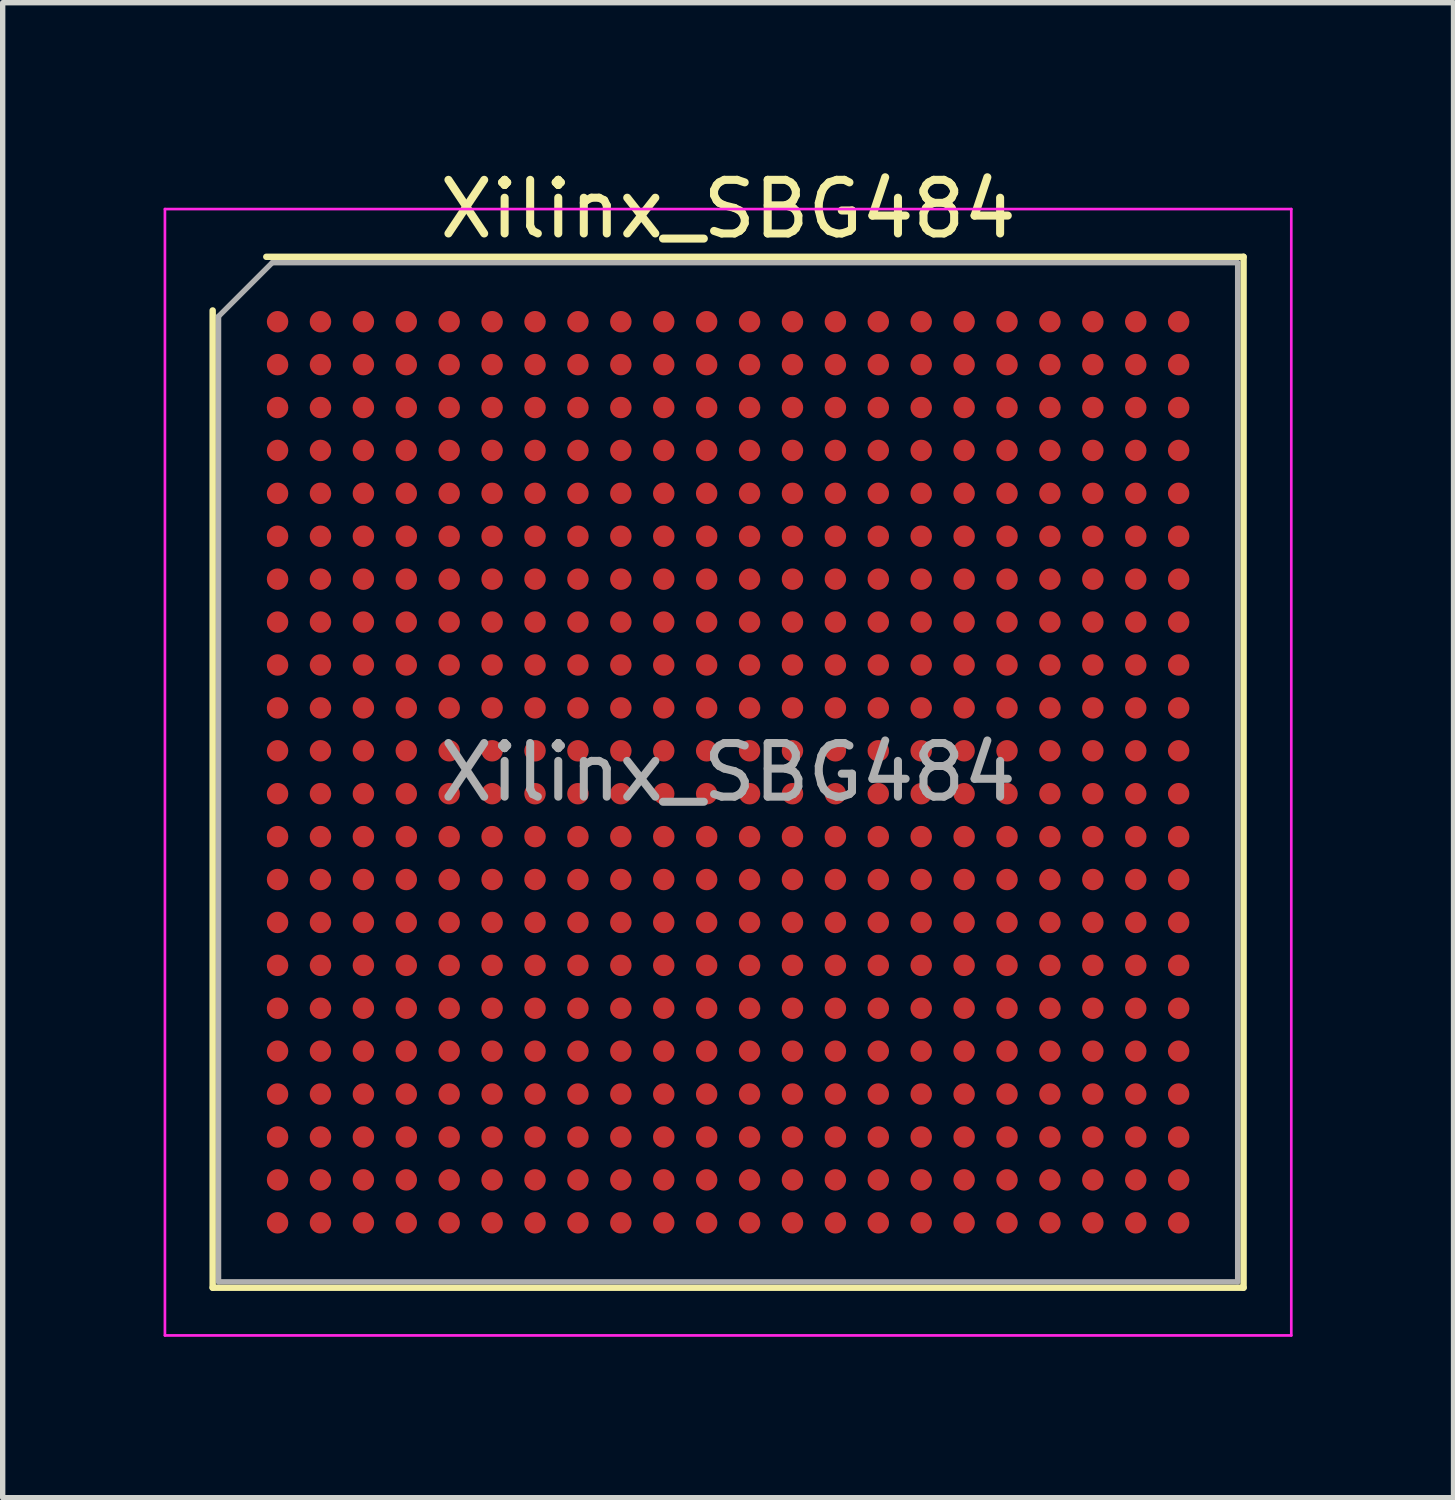
<source format=kicad_pcb>
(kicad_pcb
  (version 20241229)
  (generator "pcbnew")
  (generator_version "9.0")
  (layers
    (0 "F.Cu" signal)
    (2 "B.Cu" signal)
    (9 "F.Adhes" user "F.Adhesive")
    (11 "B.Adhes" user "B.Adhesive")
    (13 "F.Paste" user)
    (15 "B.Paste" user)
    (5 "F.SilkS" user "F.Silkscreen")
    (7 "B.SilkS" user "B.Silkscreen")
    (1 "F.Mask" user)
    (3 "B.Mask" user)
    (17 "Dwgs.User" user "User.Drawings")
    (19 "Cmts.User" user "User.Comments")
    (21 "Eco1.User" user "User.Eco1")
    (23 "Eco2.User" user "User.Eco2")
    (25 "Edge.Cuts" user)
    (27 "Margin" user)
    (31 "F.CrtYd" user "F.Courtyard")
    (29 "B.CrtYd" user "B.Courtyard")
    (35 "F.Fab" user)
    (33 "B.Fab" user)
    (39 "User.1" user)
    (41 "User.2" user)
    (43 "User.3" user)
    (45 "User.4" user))
  (footprint "Xilinx_SBG484"
    (layer "F.Cu")
    (at 10.525 11.348)
    (property "Reference" "Xilinx_SBG484" (at 0 -10.5 0) (layer "F.SilkS") (effects (font (size 1 1) (thickness 0.15))))
    (attr smd)
    (fp_line (start -9.61 9.61) (end -9.61 -8.61) (stroke (width 0.12) (type solid)) (layer "F.SilkS"))
    (fp_line (start -8.61 -9.61) (end 9.61 -9.61) (stroke (width 0.12) (type solid)) (layer "F.SilkS"))
    (fp_line (start 9.61 -9.61) (end 9.61 9.61) (stroke (width 0.12) (type solid)) (layer "F.SilkS"))
    (fp_line (start 9.61 9.61) (end -9.61 9.61) (stroke (width 0.12) (type solid)) (layer "F.SilkS"))
    (fp_line (start -10.5 -10.5) (end -10.5 10.5) (stroke (width 0.05) (type solid)) (layer "F.CrtYd"))
    (fp_line (start -10.5 10.5) (end 10.5 10.5) (stroke (width 0.05) (type solid)) (layer "F.CrtYd"))
    (fp_line (start 10.5 -10.5) (end -10.5 -10.5) (stroke (width 0.05) (type solid)) (layer "F.CrtYd"))
    (fp_line (start 10.5 10.5) (end 10.5 -10.5) (stroke (width 0.05) (type solid)) (layer "F.CrtYd"))
    (fp_line (start -9.5 -8.5) (end -8.5 -9.5) (stroke (width 0.1) (type solid)) (layer "F.Fab"))
    (fp_line (start -9.5 9.5) (end -9.5 -8.5) (stroke (width 0.1) (type solid)) (layer "F.Fab"))
    (fp_line (start -8.5 -9.5) (end 9.5 -9.5) (stroke (width 0.1) (type solid)) (layer "F.Fab"))
    (fp_line (start 9.5 -9.5) (end 9.5 9.5) (stroke (width 0.1) (type solid)) (layer "F.Fab"))
    (fp_line (start 9.5 9.5) (end -9.5 9.5) (stroke (width 0.1) (type solid)) (layer "F.Fab"))
    (fp_text user "${REFERENCE}" (at 0 0 0) (layer "F.Fab") (effects (font (size 1 1) (thickness 0.15))))
    (pad "A1" smd circle (at -8.4 -8.4) (size 0.4 0.4) (layers "F.Cu" "F.Mask" "F.Paste"))
    (pad "A2" smd circle (at -7.6 -8.4) (size 0.4 0.4) (layers "F.Cu" "F.Mask" "F.Paste"))
    (pad "A3" smd circle (at -6.8 -8.4) (size 0.4 0.4) (layers "F.Cu" "F.Mask" "F.Paste"))
    (pad "A4" smd circle (at -6 -8.4) (size 0.4 0.4) (layers "F.Cu" "F.Mask" "F.Paste"))
    (pad "A5" smd circle (at -5.2 -8.4) (size 0.4 0.4) (layers "F.Cu" "F.Mask" "F.Paste"))
    (pad "A6" smd circle (at -4.4 -8.4) (size 0.4 0.4) (layers "F.Cu" "F.Mask" "F.Paste"))
    (pad "A7" smd circle (at -3.6 -8.4) (size 0.4 0.4) (layers "F.Cu" "F.Mask" "F.Paste"))
    (pad "A8" smd circle (at -2.8 -8.4) (size 0.4 0.4) (layers "F.Cu" "F.Mask" "F.Paste"))
    (pad "A9" smd circle (at -2 -8.4) (size 0.4 0.4) (layers "F.Cu" "F.Mask" "F.Paste"))
    (pad "A10" smd circle (at -1.2 -8.4) (size 0.4 0.4) (layers "F.Cu" "F.Mask" "F.Paste"))
    (pad "A11" smd circle (at -0.4 -8.4) (size 0.4 0.4) (layers "F.Cu" "F.Mask" "F.Paste"))
    (pad "A12" smd circle (at 0.4 -8.4) (size 0.4 0.4) (layers "F.Cu" "F.Mask" "F.Paste"))
    (pad "A13" smd circle (at 1.2 -8.4) (size 0.4 0.4) (layers "F.Cu" "F.Mask" "F.Paste"))
    (pad "A14" smd circle (at 2 -8.4) (size 0.4 0.4) (layers "F.Cu" "F.Mask" "F.Paste"))
    (pad "A15" smd circle (at 2.8 -8.4) (size 0.4 0.4) (layers "F.Cu" "F.Mask" "F.Paste"))
    (pad "A16" smd circle (at 3.6 -8.4) (size 0.4 0.4) (layers "F.Cu" "F.Mask" "F.Paste"))
    (pad "A17" smd circle (at 4.4 -8.4) (size 0.4 0.4) (layers "F.Cu" "F.Mask" "F.Paste"))
    (pad "A18" smd circle (at 5.2 -8.4) (size 0.4 0.4) (layers "F.Cu" "F.Mask" "F.Paste"))
    (pad "A19" smd circle (at 6 -8.4) (size 0.4 0.4) (layers "F.Cu" "F.Mask" "F.Paste"))
    (pad "A20" smd circle (at 6.8 -8.4) (size 0.4 0.4) (layers "F.Cu" "F.Mask" "F.Paste"))
    (pad "A21" smd circle (at 7.6 -8.4) (size 0.4 0.4) (layers "F.Cu" "F.Mask" "F.Paste"))
    (pad "A22" smd circle (at 8.4 -8.4) (size 0.4 0.4) (layers "F.Cu" "F.Mask" "F.Paste"))
    (pad "AA1" smd circle (at -8.4 7.6) (size 0.4 0.4) (layers "F.Cu" "F.Mask" "F.Paste"))
    (pad "AA2" smd circle (at -7.6 7.6) (size 0.4 0.4) (layers "F.Cu" "F.Mask" "F.Paste"))
    (pad "AA3" smd circle (at -6.8 7.6) (size 0.4 0.4) (layers "F.Cu" "F.Mask" "F.Paste"))
    (pad "AA4" smd circle (at -6 7.6) (size 0.4 0.4) (layers "F.Cu" "F.Mask" "F.Paste"))
    (pad "AA5" smd circle (at -5.2 7.6) (size 0.4 0.4) (layers "F.Cu" "F.Mask" "F.Paste"))
    (pad "AA6" smd circle (at -4.4 7.6) (size 0.4 0.4) (layers "F.Cu" "F.Mask" "F.Paste"))
    (pad "AA7" smd circle (at -3.6 7.6) (size 0.4 0.4) (layers "F.Cu" "F.Mask" "F.Paste"))
    (pad "AA8" smd circle (at -2.8 7.6) (size 0.4 0.4) (layers "F.Cu" "F.Mask" "F.Paste"))
    (pad "AA9" smd circle (at -2 7.6) (size 0.4 0.4) (layers "F.Cu" "F.Mask" "F.Paste"))
    (pad "AA10" smd circle (at -1.2 7.6) (size 0.4 0.4) (layers "F.Cu" "F.Mask" "F.Paste"))
    (pad "AA11" smd circle (at -0.4 7.6) (size 0.4 0.4) (layers "F.Cu" "F.Mask" "F.Paste"))
    (pad "AA12" smd circle (at 0.4 7.6) (size 0.4 0.4) (layers "F.Cu" "F.Mask" "F.Paste"))
    (pad "AA13" smd circle (at 1.2 7.6) (size 0.4 0.4) (layers "F.Cu" "F.Mask" "F.Paste"))
    (pad "AA14" smd circle (at 2 7.6) (size 0.4 0.4) (layers "F.Cu" "F.Mask" "F.Paste"))
    (pad "AA15" smd circle (at 2.8 7.6) (size 0.4 0.4) (layers "F.Cu" "F.Mask" "F.Paste"))
    (pad "AA16" smd circle (at 3.6 7.6) (size 0.4 0.4) (layers "F.Cu" "F.Mask" "F.Paste"))
    (pad "AA17" smd circle (at 4.4 7.6) (size 0.4 0.4) (layers "F.Cu" "F.Mask" "F.Paste"))
    (pad "AA18" smd circle (at 5.2 7.6) (size 0.4 0.4) (layers "F.Cu" "F.Mask" "F.Paste"))
    (pad "AA19" smd circle (at 6 7.6) (size 0.4 0.4) (layers "F.Cu" "F.Mask" "F.Paste"))
    (pad "AA20" smd circle (at 6.8 7.6) (size 0.4 0.4) (layers "F.Cu" "F.Mask" "F.Paste"))
    (pad "AA21" smd circle (at 7.6 7.6) (size 0.4 0.4) (layers "F.Cu" "F.Mask" "F.Paste"))
    (pad "AA22" smd circle (at 8.4 7.6) (size 0.4 0.4) (layers "F.Cu" "F.Mask" "F.Paste"))
    (pad "AB1" smd circle (at -8.4 8.4) (size 0.4 0.4) (layers "F.Cu" "F.Mask" "F.Paste"))
    (pad "AB2" smd circle (at -7.6 8.4) (size 0.4 0.4) (layers "F.Cu" "F.Mask" "F.Paste"))
    (pad "AB3" smd circle (at -6.8 8.4) (size 0.4 0.4) (layers "F.Cu" "F.Mask" "F.Paste"))
    (pad "AB4" smd circle (at -6 8.4) (size 0.4 0.4) (layers "F.Cu" "F.Mask" "F.Paste"))
    (pad "AB5" smd circle (at -5.2 8.4) (size 0.4 0.4) (layers "F.Cu" "F.Mask" "F.Paste"))
    (pad "AB6" smd circle (at -4.4 8.4) (size 0.4 0.4) (layers "F.Cu" "F.Mask" "F.Paste"))
    (pad "AB7" smd circle (at -3.6 8.4) (size 0.4 0.4) (layers "F.Cu" "F.Mask" "F.Paste"))
    (pad "AB8" smd circle (at -2.8 8.4) (size 0.4 0.4) (layers "F.Cu" "F.Mask" "F.Paste"))
    (pad "AB9" smd circle (at -2 8.4) (size 0.4 0.4) (layers "F.Cu" "F.Mask" "F.Paste"))
    (pad "AB10" smd circle (at -1.2 8.4) (size 0.4 0.4) (layers "F.Cu" "F.Mask" "F.Paste"))
    (pad "AB11" smd circle (at -0.4 8.4) (size 0.4 0.4) (layers "F.Cu" "F.Mask" "F.Paste"))
    (pad "AB12" smd circle (at 0.4 8.4) (size 0.4 0.4) (layers "F.Cu" "F.Mask" "F.Paste"))
    (pad "AB13" smd circle (at 1.2 8.4) (size 0.4 0.4) (layers "F.Cu" "F.Mask" "F.Paste"))
    (pad "AB14" smd circle (at 2 8.4) (size 0.4 0.4) (layers "F.Cu" "F.Mask" "F.Paste"))
    (pad "AB15" smd circle (at 2.8 8.4) (size 0.4 0.4) (layers "F.Cu" "F.Mask" "F.Paste"))
    (pad "AB16" smd circle (at 3.6 8.4) (size 0.4 0.4) (layers "F.Cu" "F.Mask" "F.Paste"))
    (pad "AB17" smd circle (at 4.4 8.4) (size 0.4 0.4) (layers "F.Cu" "F.Mask" "F.Paste"))
    (pad "AB18" smd circle (at 5.2 8.4) (size 0.4 0.4) (layers "F.Cu" "F.Mask" "F.Paste"))
    (pad "AB19" smd circle (at 6 8.4) (size 0.4 0.4) (layers "F.Cu" "F.Mask" "F.Paste"))
    (pad "AB20" smd circle (at 6.8 8.4) (size 0.4 0.4) (layers "F.Cu" "F.Mask" "F.Paste"))
    (pad "AB21" smd circle (at 7.6 8.4) (size 0.4 0.4) (layers "F.Cu" "F.Mask" "F.Paste"))
    (pad "AB22" smd circle (at 8.4 8.4) (size 0.4 0.4) (layers "F.Cu" "F.Mask" "F.Paste"))
    (pad "B1" smd circle (at -8.4 -7.6) (size 0.4 0.4) (layers "F.Cu" "F.Mask" "F.Paste"))
    (pad "B2" smd circle (at -7.6 -7.6) (size 0.4 0.4) (layers "F.Cu" "F.Mask" "F.Paste"))
    (pad "B3" smd circle (at -6.8 -7.6) (size 0.4 0.4) (layers "F.Cu" "F.Mask" "F.Paste"))
    (pad "B4" smd circle (at -6 -7.6) (size 0.4 0.4) (layers "F.Cu" "F.Mask" "F.Paste"))
    (pad "B5" smd circle (at -5.2 -7.6) (size 0.4 0.4) (layers "F.Cu" "F.Mask" "F.Paste"))
    (pad "B6" smd circle (at -4.4 -7.6) (size 0.4 0.4) (layers "F.Cu" "F.Mask" "F.Paste"))
    (pad "B7" smd circle (at -3.6 -7.6) (size 0.4 0.4) (layers "F.Cu" "F.Mask" "F.Paste"))
    (pad "B8" smd circle (at -2.8 -7.6) (size 0.4 0.4) (layers "F.Cu" "F.Mask" "F.Paste"))
    (pad "B9" smd circle (at -2 -7.6) (size 0.4 0.4) (layers "F.Cu" "F.Mask" "F.Paste"))
    (pad "B10" smd circle (at -1.2 -7.6) (size 0.4 0.4) (layers "F.Cu" "F.Mask" "F.Paste"))
    (pad "B11" smd circle (at -0.4 -7.6) (size 0.4 0.4) (layers "F.Cu" "F.Mask" "F.Paste"))
    (pad "B12" smd circle (at 0.4 -7.6) (size 0.4 0.4) (layers "F.Cu" "F.Mask" "F.Paste"))
    (pad "B13" smd circle (at 1.2 -7.6) (size 0.4 0.4) (layers "F.Cu" "F.Mask" "F.Paste"))
    (pad "B14" smd circle (at 2 -7.6) (size 0.4 0.4) (layers "F.Cu" "F.Mask" "F.Paste"))
    (pad "B15" smd circle (at 2.8 -7.6) (size 0.4 0.4) (layers "F.Cu" "F.Mask" "F.Paste"))
    (pad "B16" smd circle (at 3.6 -7.6) (size 0.4 0.4) (layers "F.Cu" "F.Mask" "F.Paste"))
    (pad "B17" smd circle (at 4.4 -7.6) (size 0.4 0.4) (layers "F.Cu" "F.Mask" "F.Paste"))
    (pad "B18" smd circle (at 5.2 -7.6) (size 0.4 0.4) (layers "F.Cu" "F.Mask" "F.Paste"))
    (pad "B19" smd circle (at 6 -7.6) (size 0.4 0.4) (layers "F.Cu" "F.Mask" "F.Paste"))
    (pad "B20" smd circle (at 6.8 -7.6) (size 0.4 0.4) (layers "F.Cu" "F.Mask" "F.Paste"))
    (pad "B21" smd circle (at 7.6 -7.6) (size 0.4 0.4) (layers "F.Cu" "F.Mask" "F.Paste"))
    (pad "B22" smd circle (at 8.4 -7.6) (size 0.4 0.4) (layers "F.Cu" "F.Mask" "F.Paste"))
    (pad "C1" smd circle (at -8.4 -6.8) (size 0.4 0.4) (layers "F.Cu" "F.Mask" "F.Paste"))
    (pad "C2" smd circle (at -7.6 -6.8) (size 0.4 0.4) (layers "F.Cu" "F.Mask" "F.Paste"))
    (pad "C3" smd circle (at -6.8 -6.8) (size 0.4 0.4) (layers "F.Cu" "F.Mask" "F.Paste"))
    (pad "C4" smd circle (at -6 -6.8) (size 0.4 0.4) (layers "F.Cu" "F.Mask" "F.Paste"))
    (pad "C5" smd circle (at -5.2 -6.8) (size 0.4 0.4) (layers "F.Cu" "F.Mask" "F.Paste"))
    (pad "C6" smd circle (at -4.4 -6.8) (size 0.4 0.4) (layers "F.Cu" "F.Mask" "F.Paste"))
    (pad "C7" smd circle (at -3.6 -6.8) (size 0.4 0.4) (layers "F.Cu" "F.Mask" "F.Paste"))
    (pad "C8" smd circle (at -2.8 -6.8) (size 0.4 0.4) (layers "F.Cu" "F.Mask" "F.Paste"))
    (pad "C9" smd circle (at -2 -6.8) (size 0.4 0.4) (layers "F.Cu" "F.Mask" "F.Paste"))
    (pad "C10" smd circle (at -1.2 -6.8) (size 0.4 0.4) (layers "F.Cu" "F.Mask" "F.Paste"))
    (pad "C11" smd circle (at -0.4 -6.8) (size 0.4 0.4) (layers "F.Cu" "F.Mask" "F.Paste"))
    (pad "C12" smd circle (at 0.4 -6.8) (size 0.4 0.4) (layers "F.Cu" "F.Mask" "F.Paste"))
    (pad "C13" smd circle (at 1.2 -6.8) (size 0.4 0.4) (layers "F.Cu" "F.Mask" "F.Paste"))
    (pad "C14" smd circle (at 2 -6.8) (size 0.4 0.4) (layers "F.Cu" "F.Mask" "F.Paste"))
    (pad "C15" smd circle (at 2.8 -6.8) (size 0.4 0.4) (layers "F.Cu" "F.Mask" "F.Paste"))
    (pad "C16" smd circle (at 3.6 -6.8) (size 0.4 0.4) (layers "F.Cu" "F.Mask" "F.Paste"))
    (pad "C17" smd circle (at 4.4 -6.8) (size 0.4 0.4) (layers "F.Cu" "F.Mask" "F.Paste"))
    (pad "C18" smd circle (at 5.2 -6.8) (size 0.4 0.4) (layers "F.Cu" "F.Mask" "F.Paste"))
    (pad "C19" smd circle (at 6 -6.8) (size 0.4 0.4) (layers "F.Cu" "F.Mask" "F.Paste"))
    (pad "C20" smd circle (at 6.8 -6.8) (size 0.4 0.4) (layers "F.Cu" "F.Mask" "F.Paste"))
    (pad "C21" smd circle (at 7.6 -6.8) (size 0.4 0.4) (layers "F.Cu" "F.Mask" "F.Paste"))
    (pad "C22" smd circle (at 8.4 -6.8) (size 0.4 0.4) (layers "F.Cu" "F.Mask" "F.Paste"))
    (pad "D1" smd circle (at -8.4 -6) (size 0.4 0.4) (layers "F.Cu" "F.Mask" "F.Paste"))
    (pad "D2" smd circle (at -7.6 -6) (size 0.4 0.4) (layers "F.Cu" "F.Mask" "F.Paste"))
    (pad "D3" smd circle (at -6.8 -6) (size 0.4 0.4) (layers "F.Cu" "F.Mask" "F.Paste"))
    (pad "D4" smd circle (at -6 -6) (size 0.4 0.4) (layers "F.Cu" "F.Mask" "F.Paste"))
    (pad "D5" smd circle (at -5.2 -6) (size 0.4 0.4) (layers "F.Cu" "F.Mask" "F.Paste"))
    (pad "D6" smd circle (at -4.4 -6) (size 0.4 0.4) (layers "F.Cu" "F.Mask" "F.Paste"))
    (pad "D7" smd circle (at -3.6 -6) (size 0.4 0.4) (layers "F.Cu" "F.Mask" "F.Paste"))
    (pad "D8" smd circle (at -2.8 -6) (size 0.4 0.4) (layers "F.Cu" "F.Mask" "F.Paste"))
    (pad "D9" smd circle (at -2 -6) (size 0.4 0.4) (layers "F.Cu" "F.Mask" "F.Paste"))
    (pad "D10" smd circle (at -1.2 -6) (size 0.4 0.4) (layers "F.Cu" "F.Mask" "F.Paste"))
    (pad "D11" smd circle (at -0.4 -6) (size 0.4 0.4) (layers "F.Cu" "F.Mask" "F.Paste"))
    (pad "D12" smd circle (at 0.4 -6) (size 0.4 0.4) (layers "F.Cu" "F.Mask" "F.Paste"))
    (pad "D13" smd circle (at 1.2 -6) (size 0.4 0.4) (layers "F.Cu" "F.Mask" "F.Paste"))
    (pad "D14" smd circle (at 2 -6) (size 0.4 0.4) (layers "F.Cu" "F.Mask" "F.Paste"))
    (pad "D15" smd circle (at 2.8 -6) (size 0.4 0.4) (layers "F.Cu" "F.Mask" "F.Paste"))
    (pad "D16" smd circle (at 3.6 -6) (size 0.4 0.4) (layers "F.Cu" "F.Mask" "F.Paste"))
    (pad "D17" smd circle (at 4.4 -6) (size 0.4 0.4) (layers "F.Cu" "F.Mask" "F.Paste"))
    (pad "D18" smd circle (at 5.2 -6) (size 0.4 0.4) (layers "F.Cu" "F.Mask" "F.Paste"))
    (pad "D19" smd circle (at 6 -6) (size 0.4 0.4) (layers "F.Cu" "F.Mask" "F.Paste"))
    (pad "D20" smd circle (at 6.8 -6) (size 0.4 0.4) (layers "F.Cu" "F.Mask" "F.Paste"))
    (pad "D21" smd circle (at 7.6 -6) (size 0.4 0.4) (layers "F.Cu" "F.Mask" "F.Paste"))
    (pad "D22" smd circle (at 8.4 -6) (size 0.4 0.4) (layers "F.Cu" "F.Mask" "F.Paste"))
    (pad "E1" smd circle (at -8.4 -5.2) (size 0.4 0.4) (layers "F.Cu" "F.Mask" "F.Paste"))
    (pad "E2" smd circle (at -7.6 -5.2) (size 0.4 0.4) (layers "F.Cu" "F.Mask" "F.Paste"))
    (pad "E3" smd circle (at -6.8 -5.2) (size 0.4 0.4) (layers "F.Cu" "F.Mask" "F.Paste"))
    (pad "E4" smd circle (at -6 -5.2) (size 0.4 0.4) (layers "F.Cu" "F.Mask" "F.Paste"))
    (pad "E5" smd circle (at -5.2 -5.2) (size 0.4 0.4) (layers "F.Cu" "F.Mask" "F.Paste"))
    (pad "E6" smd circle (at -4.4 -5.2) (size 0.4 0.4) (layers "F.Cu" "F.Mask" "F.Paste"))
    (pad "E7" smd circle (at -3.6 -5.2) (size 0.4 0.4) (layers "F.Cu" "F.Mask" "F.Paste"))
    (pad "E8" smd circle (at -2.8 -5.2) (size 0.4 0.4) (layers "F.Cu" "F.Mask" "F.Paste"))
    (pad "E9" smd circle (at -2 -5.2) (size 0.4 0.4) (layers "F.Cu" "F.Mask" "F.Paste"))
    (pad "E10" smd circle (at -1.2 -5.2) (size 0.4 0.4) (layers "F.Cu" "F.Mask" "F.Paste"))
    (pad "E11" smd circle (at -0.4 -5.2) (size 0.4 0.4) (layers "F.Cu" "F.Mask" "F.Paste"))
    (pad "E12" smd circle (at 0.4 -5.2) (size 0.4 0.4) (layers "F.Cu" "F.Mask" "F.Paste"))
    (pad "E13" smd circle (at 1.2 -5.2) (size 0.4 0.4) (layers "F.Cu" "F.Mask" "F.Paste"))
    (pad "E14" smd circle (at 2 -5.2) (size 0.4 0.4) (layers "F.Cu" "F.Mask" "F.Paste"))
    (pad "E15" smd circle (at 2.8 -5.2) (size 0.4 0.4) (layers "F.Cu" "F.Mask" "F.Paste"))
    (pad "E16" smd circle (at 3.6 -5.2) (size 0.4 0.4) (layers "F.Cu" "F.Mask" "F.Paste"))
    (pad "E17" smd circle (at 4.4 -5.2) (size 0.4 0.4) (layers "F.Cu" "F.Mask" "F.Paste"))
    (pad "E18" smd circle (at 5.2 -5.2) (size 0.4 0.4) (layers "F.Cu" "F.Mask" "F.Paste"))
    (pad "E19" smd circle (at 6 -5.2) (size 0.4 0.4) (layers "F.Cu" "F.Mask" "F.Paste"))
    (pad "E20" smd circle (at 6.8 -5.2) (size 0.4 0.4) (layers "F.Cu" "F.Mask" "F.Paste"))
    (pad "E21" smd circle (at 7.6 -5.2) (size 0.4 0.4) (layers "F.Cu" "F.Mask" "F.Paste"))
    (pad "E22" smd circle (at 8.4 -5.2) (size 0.4 0.4) (layers "F.Cu" "F.Mask" "F.Paste"))
    (pad "F1" smd circle (at -8.4 -4.4) (size 0.4 0.4) (layers "F.Cu" "F.Mask" "F.Paste"))
    (pad "F2" smd circle (at -7.6 -4.4) (size 0.4 0.4) (layers "F.Cu" "F.Mask" "F.Paste"))
    (pad "F3" smd circle (at -6.8 -4.4) (size 0.4 0.4) (layers "F.Cu" "F.Mask" "F.Paste"))
    (pad "F4" smd circle (at -6 -4.4) (size 0.4 0.4) (layers "F.Cu" "F.Mask" "F.Paste"))
    (pad "F5" smd circle (at -5.2 -4.4) (size 0.4 0.4) (layers "F.Cu" "F.Mask" "F.Paste"))
    (pad "F6" smd circle (at -4.4 -4.4) (size 0.4 0.4) (layers "F.Cu" "F.Mask" "F.Paste"))
    (pad "F7" smd circle (at -3.6 -4.4) (size 0.4 0.4) (layers "F.Cu" "F.Mask" "F.Paste"))
    (pad "F8" smd circle (at -2.8 -4.4) (size 0.4 0.4) (layers "F.Cu" "F.Mask" "F.Paste"))
    (pad "F9" smd circle (at -2 -4.4) (size 0.4 0.4) (layers "F.Cu" "F.Mask" "F.Paste"))
    (pad "F10" smd circle (at -1.2 -4.4) (size 0.4 0.4) (layers "F.Cu" "F.Mask" "F.Paste"))
    (pad "F11" smd circle (at -0.4 -4.4) (size 0.4 0.4) (layers "F.Cu" "F.Mask" "F.Paste"))
    (pad "F12" smd circle (at 0.4 -4.4) (size 0.4 0.4) (layers "F.Cu" "F.Mask" "F.Paste"))
    (pad "F13" smd circle (at 1.2 -4.4) (size 0.4 0.4) (layers "F.Cu" "F.Mask" "F.Paste"))
    (pad "F14" smd circle (at 2 -4.4) (size 0.4 0.4) (layers "F.Cu" "F.Mask" "F.Paste"))
    (pad "F15" smd circle (at 2.8 -4.4) (size 0.4 0.4) (layers "F.Cu" "F.Mask" "F.Paste"))
    (pad "F16" smd circle (at 3.6 -4.4) (size 0.4 0.4) (layers "F.Cu" "F.Mask" "F.Paste"))
    (pad "F17" smd circle (at 4.4 -4.4) (size 0.4 0.4) (layers "F.Cu" "F.Mask" "F.Paste"))
    (pad "F18" smd circle (at 5.2 -4.4) (size 0.4 0.4) (layers "F.Cu" "F.Mask" "F.Paste"))
    (pad "F19" smd circle (at 6 -4.4) (size 0.4 0.4) (layers "F.Cu" "F.Mask" "F.Paste"))
    (pad "F20" smd circle (at 6.8 -4.4) (size 0.4 0.4) (layers "F.Cu" "F.Mask" "F.Paste"))
    (pad "F21" smd circle (at 7.6 -4.4) (size 0.4 0.4) (layers "F.Cu" "F.Mask" "F.Paste"))
    (pad "F22" smd circle (at 8.4 -4.4) (size 0.4 0.4) (layers "F.Cu" "F.Mask" "F.Paste"))
    (pad "G1" smd circle (at -8.4 -3.6) (size 0.4 0.4) (layers "F.Cu" "F.Mask" "F.Paste"))
    (pad "G2" smd circle (at -7.6 -3.6) (size 0.4 0.4) (layers "F.Cu" "F.Mask" "F.Paste"))
    (pad "G3" smd circle (at -6.8 -3.6) (size 0.4 0.4) (layers "F.Cu" "F.Mask" "F.Paste"))
    (pad "G4" smd circle (at -6 -3.6) (size 0.4 0.4) (layers "F.Cu" "F.Mask" "F.Paste"))
    (pad "G5" smd circle (at -5.2 -3.6) (size 0.4 0.4) (layers "F.Cu" "F.Mask" "F.Paste"))
    (pad "G6" smd circle (at -4.4 -3.6) (size 0.4 0.4) (layers "F.Cu" "F.Mask" "F.Paste"))
    (pad "G7" smd circle (at -3.6 -3.6) (size 0.4 0.4) (layers "F.Cu" "F.Mask" "F.Paste"))
    (pad "G8" smd circle (at -2.8 -3.6) (size 0.4 0.4) (layers "F.Cu" "F.Mask" "F.Paste"))
    (pad "G9" smd circle (at -2 -3.6) (size 0.4 0.4) (layers "F.Cu" "F.Mask" "F.Paste"))
    (pad "G10" smd circle (at -1.2 -3.6) (size 0.4 0.4) (layers "F.Cu" "F.Mask" "F.Paste"))
    (pad "G11" smd circle (at -0.4 -3.6) (size 0.4 0.4) (layers "F.Cu" "F.Mask" "F.Paste"))
    (pad "G12" smd circle (at 0.4 -3.6) (size 0.4 0.4) (layers "F.Cu" "F.Mask" "F.Paste"))
    (pad "G13" smd circle (at 1.2 -3.6) (size 0.4 0.4) (layers "F.Cu" "F.Mask" "F.Paste"))
    (pad "G14" smd circle (at 2 -3.6) (size 0.4 0.4) (layers "F.Cu" "F.Mask" "F.Paste"))
    (pad "G15" smd circle (at 2.8 -3.6) (size 0.4 0.4) (layers "F.Cu" "F.Mask" "F.Paste"))
    (pad "G16" smd circle (at 3.6 -3.6) (size 0.4 0.4) (layers "F.Cu" "F.Mask" "F.Paste"))
    (pad "G17" smd circle (at 4.4 -3.6) (size 0.4 0.4) (layers "F.Cu" "F.Mask" "F.Paste"))
    (pad "G18" smd circle (at 5.2 -3.6) (size 0.4 0.4) (layers "F.Cu" "F.Mask" "F.Paste"))
    (pad "G19" smd circle (at 6 -3.6) (size 0.4 0.4) (layers "F.Cu" "F.Mask" "F.Paste"))
    (pad "G20" smd circle (at 6.8 -3.6) (size 0.4 0.4) (layers "F.Cu" "F.Mask" "F.Paste"))
    (pad "G21" smd circle (at 7.6 -3.6) (size 0.4 0.4) (layers "F.Cu" "F.Mask" "F.Paste"))
    (pad "G22" smd circle (at 8.4 -3.6) (size 0.4 0.4) (layers "F.Cu" "F.Mask" "F.Paste"))
    (pad "H1" smd circle (at -8.4 -2.8) (size 0.4 0.4) (layers "F.Cu" "F.Mask" "F.Paste"))
    (pad "H2" smd circle (at -7.6 -2.8) (size 0.4 0.4) (layers "F.Cu" "F.Mask" "F.Paste"))
    (pad "H3" smd circle (at -6.8 -2.8) (size 0.4 0.4) (layers "F.Cu" "F.Mask" "F.Paste"))
    (pad "H4" smd circle (at -6 -2.8) (size 0.4 0.4) (layers "F.Cu" "F.Mask" "F.Paste"))
    (pad "H5" smd circle (at -5.2 -2.8) (size 0.4 0.4) (layers "F.Cu" "F.Mask" "F.Paste"))
    (pad "H6" smd circle (at -4.4 -2.8) (size 0.4 0.4) (layers "F.Cu" "F.Mask" "F.Paste"))
    (pad "H7" smd circle (at -3.6 -2.8) (size 0.4 0.4) (layers "F.Cu" "F.Mask" "F.Paste"))
    (pad "H8" smd circle (at -2.8 -2.8) (size 0.4 0.4) (layers "F.Cu" "F.Mask" "F.Paste"))
    (pad "H9" smd circle (at -2 -2.8) (size 0.4 0.4) (layers "F.Cu" "F.Mask" "F.Paste"))
    (pad "H10" smd circle (at -1.2 -2.8) (size 0.4 0.4) (layers "F.Cu" "F.Mask" "F.Paste"))
    (pad "H11" smd circle (at -0.4 -2.8) (size 0.4 0.4) (layers "F.Cu" "F.Mask" "F.Paste"))
    (pad "H12" smd circle (at 0.4 -2.8) (size 0.4 0.4) (layers "F.Cu" "F.Mask" "F.Paste"))
    (pad "H13" smd circle (at 1.2 -2.8) (size 0.4 0.4) (layers "F.Cu" "F.Mask" "F.Paste"))
    (pad "H14" smd circle (at 2 -2.8) (size 0.4 0.4) (layers "F.Cu" "F.Mask" "F.Paste"))
    (pad "H15" smd circle (at 2.8 -2.8) (size 0.4 0.4) (layers "F.Cu" "F.Mask" "F.Paste"))
    (pad "H16" smd circle (at 3.6 -2.8) (size 0.4 0.4) (layers "F.Cu" "F.Mask" "F.Paste"))
    (pad "H17" smd circle (at 4.4 -2.8) (size 0.4 0.4) (layers "F.Cu" "F.Mask" "F.Paste"))
    (pad "H18" smd circle (at 5.2 -2.8) (size 0.4 0.4) (layers "F.Cu" "F.Mask" "F.Paste"))
    (pad "H19" smd circle (at 6 -2.8) (size 0.4 0.4) (layers "F.Cu" "F.Mask" "F.Paste"))
    (pad "H20" smd circle (at 6.8 -2.8) (size 0.4 0.4) (layers "F.Cu" "F.Mask" "F.Paste"))
    (pad "H21" smd circle (at 7.6 -2.8) (size 0.4 0.4) (layers "F.Cu" "F.Mask" "F.Paste"))
    (pad "H22" smd circle (at 8.4 -2.8) (size 0.4 0.4) (layers "F.Cu" "F.Mask" "F.Paste"))
    (pad "J1" smd circle (at -8.4 -2) (size 0.4 0.4) (layers "F.Cu" "F.Mask" "F.Paste"))
    (pad "J2" smd circle (at -7.6 -2) (size 0.4 0.4) (layers "F.Cu" "F.Mask" "F.Paste"))
    (pad "J3" smd circle (at -6.8 -2) (size 0.4 0.4) (layers "F.Cu" "F.Mask" "F.Paste"))
    (pad "J4" smd circle (at -6 -2) (size 0.4 0.4) (layers "F.Cu" "F.Mask" "F.Paste"))
    (pad "J5" smd circle (at -5.2 -2) (size 0.4 0.4) (layers "F.Cu" "F.Mask" "F.Paste"))
    (pad "J6" smd circle (at -4.4 -2) (size 0.4 0.4) (layers "F.Cu" "F.Mask" "F.Paste"))
    (pad "J7" smd circle (at -3.6 -2) (size 0.4 0.4) (layers "F.Cu" "F.Mask" "F.Paste"))
    (pad "J8" smd circle (at -2.8 -2) (size 0.4 0.4) (layers "F.Cu" "F.Mask" "F.Paste"))
    (pad "J9" smd circle (at -2 -2) (size 0.4 0.4) (layers "F.Cu" "F.Mask" "F.Paste"))
    (pad "J10" smd circle (at -1.2 -2) (size 0.4 0.4) (layers "F.Cu" "F.Mask" "F.Paste"))
    (pad "J11" smd circle (at -0.4 -2) (size 0.4 0.4) (layers "F.Cu" "F.Mask" "F.Paste"))
    (pad "J12" smd circle (at 0.4 -2) (size 0.4 0.4) (layers "F.Cu" "F.Mask" "F.Paste"))
    (pad "J13" smd circle (at 1.2 -2) (size 0.4 0.4) (layers "F.Cu" "F.Mask" "F.Paste"))
    (pad "J14" smd circle (at 2 -2) (size 0.4 0.4) (layers "F.Cu" "F.Mask" "F.Paste"))
    (pad "J15" smd circle (at 2.8 -2) (size 0.4 0.4) (layers "F.Cu" "F.Mask" "F.Paste"))
    (pad "J16" smd circle (at 3.6 -2) (size 0.4 0.4) (layers "F.Cu" "F.Mask" "F.Paste"))
    (pad "J17" smd circle (at 4.4 -2) (size 0.4 0.4) (layers "F.Cu" "F.Mask" "F.Paste"))
    (pad "J18" smd circle (at 5.2 -2) (size 0.4 0.4) (layers "F.Cu" "F.Mask" "F.Paste"))
    (pad "J19" smd circle (at 6 -2) (size 0.4 0.4) (layers "F.Cu" "F.Mask" "F.Paste"))
    (pad "J20" smd circle (at 6.8 -2) (size 0.4 0.4) (layers "F.Cu" "F.Mask" "F.Paste"))
    (pad "J21" smd circle (at 7.6 -2) (size 0.4 0.4) (layers "F.Cu" "F.Mask" "F.Paste"))
    (pad "J22" smd circle (at 8.4 -2) (size 0.4 0.4) (layers "F.Cu" "F.Mask" "F.Paste"))
    (pad "K1" smd circle (at -8.4 -1.2) (size 0.4 0.4) (layers "F.Cu" "F.Mask" "F.Paste"))
    (pad "K2" smd circle (at -7.6 -1.2) (size 0.4 0.4) (layers "F.Cu" "F.Mask" "F.Paste"))
    (pad "K3" smd circle (at -6.8 -1.2) (size 0.4 0.4) (layers "F.Cu" "F.Mask" "F.Paste"))
    (pad "K4" smd circle (at -6 -1.2) (size 0.4 0.4) (layers "F.Cu" "F.Mask" "F.Paste"))
    (pad "K5" smd circle (at -5.2 -1.2) (size 0.4 0.4) (layers "F.Cu" "F.Mask" "F.Paste"))
    (pad "K6" smd circle (at -4.4 -1.2) (size 0.4 0.4) (layers "F.Cu" "F.Mask" "F.Paste"))
    (pad "K7" smd circle (at -3.6 -1.2) (size 0.4 0.4) (layers "F.Cu" "F.Mask" "F.Paste"))
    (pad "K8" smd circle (at -2.8 -1.2) (size 0.4 0.4) (layers "F.Cu" "F.Mask" "F.Paste"))
    (pad "K9" smd circle (at -2 -1.2) (size 0.4 0.4) (layers "F.Cu" "F.Mask" "F.Paste"))
    (pad "K10" smd circle (at -1.2 -1.2) (size 0.4 0.4) (layers "F.Cu" "F.Mask" "F.Paste"))
    (pad "K11" smd circle (at -0.4 -1.2) (size 0.4 0.4) (layers "F.Cu" "F.Mask" "F.Paste"))
    (pad "K12" smd circle (at 0.4 -1.2) (size 0.4 0.4) (layers "F.Cu" "F.Mask" "F.Paste"))
    (pad "K13" smd circle (at 1.2 -1.2) (size 0.4 0.4) (layers "F.Cu" "F.Mask" "F.Paste"))
    (pad "K14" smd circle (at 2 -1.2) (size 0.4 0.4) (layers "F.Cu" "F.Mask" "F.Paste"))
    (pad "K15" smd circle (at 2.8 -1.2) (size 0.4 0.4) (layers "F.Cu" "F.Mask" "F.Paste"))
    (pad "K16" smd circle (at 3.6 -1.2) (size 0.4 0.4) (layers "F.Cu" "F.Mask" "F.Paste"))
    (pad "K17" smd circle (at 4.4 -1.2) (size 0.4 0.4) (layers "F.Cu" "F.Mask" "F.Paste"))
    (pad "K18" smd circle (at 5.2 -1.2) (size 0.4 0.4) (layers "F.Cu" "F.Mask" "F.Paste"))
    (pad "K19" smd circle (at 6 -1.2) (size 0.4 0.4) (layers "F.Cu" "F.Mask" "F.Paste"))
    (pad "K20" smd circle (at 6.8 -1.2) (size 0.4 0.4) (layers "F.Cu" "F.Mask" "F.Paste"))
    (pad "K21" smd circle (at 7.6 -1.2) (size 0.4 0.4) (layers "F.Cu" "F.Mask" "F.Paste"))
    (pad "K22" smd circle (at 8.4 -1.2) (size 0.4 0.4) (layers "F.Cu" "F.Mask" "F.Paste"))
    (pad "L1" smd circle (at -8.4 -0.4) (size 0.4 0.4) (layers "F.Cu" "F.Mask" "F.Paste"))
    (pad "L2" smd circle (at -7.6 -0.4) (size 0.4 0.4) (layers "F.Cu" "F.Mask" "F.Paste"))
    (pad "L3" smd circle (at -6.8 -0.4) (size 0.4 0.4) (layers "F.Cu" "F.Mask" "F.Paste"))
    (pad "L4" smd circle (at -6 -0.4) (size 0.4 0.4) (layers "F.Cu" "F.Mask" "F.Paste"))
    (pad "L5" smd circle (at -5.2 -0.4) (size 0.4 0.4) (layers "F.Cu" "F.Mask" "F.Paste"))
    (pad "L6" smd circle (at -4.4 -0.4) (size 0.4 0.4) (layers "F.Cu" "F.Mask" "F.Paste"))
    (pad "L7" smd circle (at -3.6 -0.4) (size 0.4 0.4) (layers "F.Cu" "F.Mask" "F.Paste"))
    (pad "L8" smd circle (at -2.8 -0.4) (size 0.4 0.4) (layers "F.Cu" "F.Mask" "F.Paste"))
    (pad "L9" smd circle (at -2 -0.4) (size 0.4 0.4) (layers "F.Cu" "F.Mask" "F.Paste"))
    (pad "L10" smd circle (at -1.2 -0.4) (size 0.4 0.4) (layers "F.Cu" "F.Mask" "F.Paste"))
    (pad "L11" smd circle (at -0.4 -0.4) (size 0.4 0.4) (layers "F.Cu" "F.Mask" "F.Paste"))
    (pad "L12" smd circle (at 0.4 -0.4) (size 0.4 0.4) (layers "F.Cu" "F.Mask" "F.Paste"))
    (pad "L13" smd circle (at 1.2 -0.4) (size 0.4 0.4) (layers "F.Cu" "F.Mask" "F.Paste"))
    (pad "L14" smd circle (at 2 -0.4) (size 0.4 0.4) (layers "F.Cu" "F.Mask" "F.Paste"))
    (pad "L15" smd circle (at 2.8 -0.4) (size 0.4 0.4) (layers "F.Cu" "F.Mask" "F.Paste"))
    (pad "L16" smd circle (at 3.6 -0.4) (size 0.4 0.4) (layers "F.Cu" "F.Mask" "F.Paste"))
    (pad "L17" smd circle (at 4.4 -0.4) (size 0.4 0.4) (layers "F.Cu" "F.Mask" "F.Paste"))
    (pad "L18" smd circle (at 5.2 -0.4) (size 0.4 0.4) (layers "F.Cu" "F.Mask" "F.Paste"))
    (pad "L19" smd circle (at 6 -0.4) (size 0.4 0.4) (layers "F.Cu" "F.Mask" "F.Paste"))
    (pad "L20" smd circle (at 6.8 -0.4) (size 0.4 0.4) (layers "F.Cu" "F.Mask" "F.Paste"))
    (pad "L21" smd circle (at 7.6 -0.4) (size 0.4 0.4) (layers "F.Cu" "F.Mask" "F.Paste"))
    (pad "L22" smd circle (at 8.4 -0.4) (size 0.4 0.4) (layers "F.Cu" "F.Mask" "F.Paste"))
    (pad "M1" smd circle (at -8.4 0.4) (size 0.4 0.4) (layers "F.Cu" "F.Mask" "F.Paste"))
    (pad "M2" smd circle (at -7.6 0.4) (size 0.4 0.4) (layers "F.Cu" "F.Mask" "F.Paste"))
    (pad "M3" smd circle (at -6.8 0.4) (size 0.4 0.4) (layers "F.Cu" "F.Mask" "F.Paste"))
    (pad "M4" smd circle (at -6 0.4) (size 0.4 0.4) (layers "F.Cu" "F.Mask" "F.Paste"))
    (pad "M5" smd circle (at -5.2 0.4) (size 0.4 0.4) (layers "F.Cu" "F.Mask" "F.Paste"))
    (pad "M6" smd circle (at -4.4 0.4) (size 0.4 0.4) (layers "F.Cu" "F.Mask" "F.Paste"))
    (pad "M7" smd circle (at -3.6 0.4) (size 0.4 0.4) (layers "F.Cu" "F.Mask" "F.Paste"))
    (pad "M8" smd circle (at -2.8 0.4) (size 0.4 0.4) (layers "F.Cu" "F.Mask" "F.Paste"))
    (pad "M9" smd circle (at -2 0.4) (size 0.4 0.4) (layers "F.Cu" "F.Mask" "F.Paste"))
    (pad "M10" smd circle (at -1.2 0.4) (size 0.4 0.4) (layers "F.Cu" "F.Mask" "F.Paste"))
    (pad "M11" smd circle (at -0.4 0.4) (size 0.4 0.4) (layers "F.Cu" "F.Mask" "F.Paste"))
    (pad "M12" smd circle (at 0.4 0.4) (size 0.4 0.4) (layers "F.Cu" "F.Mask" "F.Paste"))
    (pad "M13" smd circle (at 1.2 0.4) (size 0.4 0.4) (layers "F.Cu" "F.Mask" "F.Paste"))
    (pad "M14" smd circle (at 2 0.4) (size 0.4 0.4) (layers "F.Cu" "F.Mask" "F.Paste"))
    (pad "M15" smd circle (at 2.8 0.4) (size 0.4 0.4) (layers "F.Cu" "F.Mask" "F.Paste"))
    (pad "M16" smd circle (at 3.6 0.4) (size 0.4 0.4) (layers "F.Cu" "F.Mask" "F.Paste"))
    (pad "M17" smd circle (at 4.4 0.4) (size 0.4 0.4) (layers "F.Cu" "F.Mask" "F.Paste"))
    (pad "M18" smd circle (at 5.2 0.4) (size 0.4 0.4) (layers "F.Cu" "F.Mask" "F.Paste"))
    (pad "M19" smd circle (at 6 0.4) (size 0.4 0.4) (layers "F.Cu" "F.Mask" "F.Paste"))
    (pad "M20" smd circle (at 6.8 0.4) (size 0.4 0.4) (layers "F.Cu" "F.Mask" "F.Paste"))
    (pad "M21" smd circle (at 7.6 0.4) (size 0.4 0.4) (layers "F.Cu" "F.Mask" "F.Paste"))
    (pad "M22" smd circle (at 8.4 0.4) (size 0.4 0.4) (layers "F.Cu" "F.Mask" "F.Paste"))
    (pad "N1" smd circle (at -8.4 1.2) (size 0.4 0.4) (layers "F.Cu" "F.Mask" "F.Paste"))
    (pad "N2" smd circle (at -7.6 1.2) (size 0.4 0.4) (layers "F.Cu" "F.Mask" "F.Paste"))
    (pad "N3" smd circle (at -6.8 1.2) (size 0.4 0.4) (layers "F.Cu" "F.Mask" "F.Paste"))
    (pad "N4" smd circle (at -6 1.2) (size 0.4 0.4) (layers "F.Cu" "F.Mask" "F.Paste"))
    (pad "N5" smd circle (at -5.2 1.2) (size 0.4 0.4) (layers "F.Cu" "F.Mask" "F.Paste"))
    (pad "N6" smd circle (at -4.4 1.2) (size 0.4 0.4) (layers "F.Cu" "F.Mask" "F.Paste"))
    (pad "N7" smd circle (at -3.6 1.2) (size 0.4 0.4) (layers "F.Cu" "F.Mask" "F.Paste"))
    (pad "N8" smd circle (at -2.8 1.2) (size 0.4 0.4) (layers "F.Cu" "F.Mask" "F.Paste"))
    (pad "N9" smd circle (at -2 1.2) (size 0.4 0.4) (layers "F.Cu" "F.Mask" "F.Paste"))
    (pad "N10" smd circle (at -1.2 1.2) (size 0.4 0.4) (layers "F.Cu" "F.Mask" "F.Paste"))
    (pad "N11" smd circle (at -0.4 1.2) (size 0.4 0.4) (layers "F.Cu" "F.Mask" "F.Paste"))
    (pad "N12" smd circle (at 0.4 1.2) (size 0.4 0.4) (layers "F.Cu" "F.Mask" "F.Paste"))
    (pad "N13" smd circle (at 1.2 1.2) (size 0.4 0.4) (layers "F.Cu" "F.Mask" "F.Paste"))
    (pad "N14" smd circle (at 2 1.2) (size 0.4 0.4) (layers "F.Cu" "F.Mask" "F.Paste"))
    (pad "N15" smd circle (at 2.8 1.2) (size 0.4 0.4) (layers "F.Cu" "F.Mask" "F.Paste"))
    (pad "N16" smd circle (at 3.6 1.2) (size 0.4 0.4) (layers "F.Cu" "F.Mask" "F.Paste"))
    (pad "N17" smd circle (at 4.4 1.2) (size 0.4 0.4) (layers "F.Cu" "F.Mask" "F.Paste"))
    (pad "N18" smd circle (at 5.2 1.2) (size 0.4 0.4) (layers "F.Cu" "F.Mask" "F.Paste"))
    (pad "N19" smd circle (at 6 1.2) (size 0.4 0.4) (layers "F.Cu" "F.Mask" "F.Paste"))
    (pad "N20" smd circle (at 6.8 1.2) (size 0.4 0.4) (layers "F.Cu" "F.Mask" "F.Paste"))
    (pad "N21" smd circle (at 7.6 1.2) (size 0.4 0.4) (layers "F.Cu" "F.Mask" "F.Paste"))
    (pad "N22" smd circle (at 8.4 1.2) (size 0.4 0.4) (layers "F.Cu" "F.Mask" "F.Paste"))
    (pad "P1" smd circle (at -8.4 2) (size 0.4 0.4) (layers "F.Cu" "F.Mask" "F.Paste"))
    (pad "P2" smd circle (at -7.6 2) (size 0.4 0.4) (layers "F.Cu" "F.Mask" "F.Paste"))
    (pad "P3" smd circle (at -6.8 2) (size 0.4 0.4) (layers "F.Cu" "F.Mask" "F.Paste"))
    (pad "P4" smd circle (at -6 2) (size 0.4 0.4) (layers "F.Cu" "F.Mask" "F.Paste"))
    (pad "P5" smd circle (at -5.2 2) (size 0.4 0.4) (layers "F.Cu" "F.Mask" "F.Paste"))
    (pad "P6" smd circle (at -4.4 2) (size 0.4 0.4) (layers "F.Cu" "F.Mask" "F.Paste"))
    (pad "P7" smd circle (at -3.6 2) (size 0.4 0.4) (layers "F.Cu" "F.Mask" "F.Paste"))
    (pad "P8" smd circle (at -2.8 2) (size 0.4 0.4) (layers "F.Cu" "F.Mask" "F.Paste"))
    (pad "P9" smd circle (at -2 2) (size 0.4 0.4) (layers "F.Cu" "F.Mask" "F.Paste"))
    (pad "P10" smd circle (at -1.2 2) (size 0.4 0.4) (layers "F.Cu" "F.Mask" "F.Paste"))
    (pad "P11" smd circle (at -0.4 2) (size 0.4 0.4) (layers "F.Cu" "F.Mask" "F.Paste"))
    (pad "P12" smd circle (at 0.4 2) (size 0.4 0.4) (layers "F.Cu" "F.Mask" "F.Paste"))
    (pad "P13" smd circle (at 1.2 2) (size 0.4 0.4) (layers "F.Cu" "F.Mask" "F.Paste"))
    (pad "P14" smd circle (at 2 2) (size 0.4 0.4) (layers "F.Cu" "F.Mask" "F.Paste"))
    (pad "P15" smd circle (at 2.8 2) (size 0.4 0.4) (layers "F.Cu" "F.Mask" "F.Paste"))
    (pad "P16" smd circle (at 3.6 2) (size 0.4 0.4) (layers "F.Cu" "F.Mask" "F.Paste"))
    (pad "P17" smd circle (at 4.4 2) (size 0.4 0.4) (layers "F.Cu" "F.Mask" "F.Paste"))
    (pad "P18" smd circle (at 5.2 2) (size 0.4 0.4) (layers "F.Cu" "F.Mask" "F.Paste"))
    (pad "P19" smd circle (at 6 2) (size 0.4 0.4) (layers "F.Cu" "F.Mask" "F.Paste"))
    (pad "P20" smd circle (at 6.8 2) (size 0.4 0.4) (layers "F.Cu" "F.Mask" "F.Paste"))
    (pad "P21" smd circle (at 7.6 2) (size 0.4 0.4) (layers "F.Cu" "F.Mask" "F.Paste"))
    (pad "P22" smd circle (at 8.4 2) (size 0.4 0.4) (layers "F.Cu" "F.Mask" "F.Paste"))
    (pad "R1" smd circle (at -8.4 2.8) (size 0.4 0.4) (layers "F.Cu" "F.Mask" "F.Paste"))
    (pad "R2" smd circle (at -7.6 2.8) (size 0.4 0.4) (layers "F.Cu" "F.Mask" "F.Paste"))
    (pad "R3" smd circle (at -6.8 2.8) (size 0.4 0.4) (layers "F.Cu" "F.Mask" "F.Paste"))
    (pad "R4" smd circle (at -6 2.8) (size 0.4 0.4) (layers "F.Cu" "F.Mask" "F.Paste"))
    (pad "R5" smd circle (at -5.2 2.8) (size 0.4 0.4) (layers "F.Cu" "F.Mask" "F.Paste"))
    (pad "R6" smd circle (at -4.4 2.8) (size 0.4 0.4) (layers "F.Cu" "F.Mask" "F.Paste"))
    (pad "R7" smd circle (at -3.6 2.8) (size 0.4 0.4) (layers "F.Cu" "F.Mask" "F.Paste"))
    (pad "R8" smd circle (at -2.8 2.8) (size 0.4 0.4) (layers "F.Cu" "F.Mask" "F.Paste"))
    (pad "R9" smd circle (at -2 2.8) (size 0.4 0.4) (layers "F.Cu" "F.Mask" "F.Paste"))
    (pad "R10" smd circle (at -1.2 2.8) (size 0.4 0.4) (layers "F.Cu" "F.Mask" "F.Paste"))
    (pad "R11" smd circle (at -0.4 2.8) (size 0.4 0.4) (layers "F.Cu" "F.Mask" "F.Paste"))
    (pad "R12" smd circle (at 0.4 2.8) (size 0.4 0.4) (layers "F.Cu" "F.Mask" "F.Paste"))
    (pad "R13" smd circle (at 1.2 2.8) (size 0.4 0.4) (layers "F.Cu" "F.Mask" "F.Paste"))
    (pad "R14" smd circle (at 2 2.8) (size 0.4 0.4) (layers "F.Cu" "F.Mask" "F.Paste"))
    (pad "R15" smd circle (at 2.8 2.8) (size 0.4 0.4) (layers "F.Cu" "F.Mask" "F.Paste"))
    (pad "R16" smd circle (at 3.6 2.8) (size 0.4 0.4) (layers "F.Cu" "F.Mask" "F.Paste"))
    (pad "R17" smd circle (at 4.4 2.8) (size 0.4 0.4) (layers "F.Cu" "F.Mask" "F.Paste"))
    (pad "R18" smd circle (at 5.2 2.8) (size 0.4 0.4) (layers "F.Cu" "F.Mask" "F.Paste"))
    (pad "R19" smd circle (at 6 2.8) (size 0.4 0.4) (layers "F.Cu" "F.Mask" "F.Paste"))
    (pad "R20" smd circle (at 6.8 2.8) (size 0.4 0.4) (layers "F.Cu" "F.Mask" "F.Paste"))
    (pad "R21" smd circle (at 7.6 2.8) (size 0.4 0.4) (layers "F.Cu" "F.Mask" "F.Paste"))
    (pad "R22" smd circle (at 8.4 2.8) (size 0.4 0.4) (layers "F.Cu" "F.Mask" "F.Paste"))
    (pad "T1" smd circle (at -8.4 3.6) (size 0.4 0.4) (layers "F.Cu" "F.Mask" "F.Paste"))
    (pad "T2" smd circle (at -7.6 3.6) (size 0.4 0.4) (layers "F.Cu" "F.Mask" "F.Paste"))
    (pad "T3" smd circle (at -6.8 3.6) (size 0.4 0.4) (layers "F.Cu" "F.Mask" "F.Paste"))
    (pad "T4" smd circle (at -6 3.6) (size 0.4 0.4) (layers "F.Cu" "F.Mask" "F.Paste"))
    (pad "T5" smd circle (at -5.2 3.6) (size 0.4 0.4) (layers "F.Cu" "F.Mask" "F.Paste"))
    (pad "T6" smd circle (at -4.4 3.6) (size 0.4 0.4) (layers "F.Cu" "F.Mask" "F.Paste"))
    (pad "T7" smd circle (at -3.6 3.6) (size 0.4 0.4) (layers "F.Cu" "F.Mask" "F.Paste"))
    (pad "T8" smd circle (at -2.8 3.6) (size 0.4 0.4) (layers "F.Cu" "F.Mask" "F.Paste"))
    (pad "T9" smd circle (at -2 3.6) (size 0.4 0.4) (layers "F.Cu" "F.Mask" "F.Paste"))
    (pad "T10" smd circle (at -1.2 3.6) (size 0.4 0.4) (layers "F.Cu" "F.Mask" "F.Paste"))
    (pad "T11" smd circle (at -0.4 3.6) (size 0.4 0.4) (layers "F.Cu" "F.Mask" "F.Paste"))
    (pad "T12" smd circle (at 0.4 3.6) (size 0.4 0.4) (layers "F.Cu" "F.Mask" "F.Paste"))
    (pad "T13" smd circle (at 1.2 3.6) (size 0.4 0.4) (layers "F.Cu" "F.Mask" "F.Paste"))
    (pad "T14" smd circle (at 2 3.6) (size 0.4 0.4) (layers "F.Cu" "F.Mask" "F.Paste"))
    (pad "T15" smd circle (at 2.8 3.6) (size 0.4 0.4) (layers "F.Cu" "F.Mask" "F.Paste"))
    (pad "T16" smd circle (at 3.6 3.6) (size 0.4 0.4) (layers "F.Cu" "F.Mask" "F.Paste"))
    (pad "T17" smd circle (at 4.4 3.6) (size 0.4 0.4) (layers "F.Cu" "F.Mask" "F.Paste"))
    (pad "T18" smd circle (at 5.2 3.6) (size 0.4 0.4) (layers "F.Cu" "F.Mask" "F.Paste"))
    (pad "T19" smd circle (at 6 3.6) (size 0.4 0.4) (layers "F.Cu" "F.Mask" "F.Paste"))
    (pad "T20" smd circle (at 6.8 3.6) (size 0.4 0.4) (layers "F.Cu" "F.Mask" "F.Paste"))
    (pad "T21" smd circle (at 7.6 3.6) (size 0.4 0.4) (layers "F.Cu" "F.Mask" "F.Paste"))
    (pad "T22" smd circle (at 8.4 3.6) (size 0.4 0.4) (layers "F.Cu" "F.Mask" "F.Paste"))
    (pad "U1" smd circle (at -8.4 4.4) (size 0.4 0.4) (layers "F.Cu" "F.Mask" "F.Paste"))
    (pad "U2" smd circle (at -7.6 4.4) (size 0.4 0.4) (layers "F.Cu" "F.Mask" "F.Paste"))
    (pad "U3" smd circle (at -6.8 4.4) (size 0.4 0.4) (layers "F.Cu" "F.Mask" "F.Paste"))
    (pad "U4" smd circle (at -6 4.4) (size 0.4 0.4) (layers "F.Cu" "F.Mask" "F.Paste"))
    (pad "U5" smd circle (at -5.2 4.4) (size 0.4 0.4) (layers "F.Cu" "F.Mask" "F.Paste"))
    (pad "U6" smd circle (at -4.4 4.4) (size 0.4 0.4) (layers "F.Cu" "F.Mask" "F.Paste"))
    (pad "U7" smd circle (at -3.6 4.4) (size 0.4 0.4) (layers "F.Cu" "F.Mask" "F.Paste"))
    (pad "U8" smd circle (at -2.8 4.4) (size 0.4 0.4) (layers "F.Cu" "F.Mask" "F.Paste"))
    (pad "U9" smd circle (at -2 4.4) (size 0.4 0.4) (layers "F.Cu" "F.Mask" "F.Paste"))
    (pad "U10" smd circle (at -1.2 4.4) (size 0.4 0.4) (layers "F.Cu" "F.Mask" "F.Paste"))
    (pad "U11" smd circle (at -0.4 4.4) (size 0.4 0.4) (layers "F.Cu" "F.Mask" "F.Paste"))
    (pad "U12" smd circle (at 0.4 4.4) (size 0.4 0.4) (layers "F.Cu" "F.Mask" "F.Paste"))
    (pad "U13" smd circle (at 1.2 4.4) (size 0.4 0.4) (layers "F.Cu" "F.Mask" "F.Paste"))
    (pad "U14" smd circle (at 2 4.4) (size 0.4 0.4) (layers "F.Cu" "F.Mask" "F.Paste"))
    (pad "U15" smd circle (at 2.8 4.4) (size 0.4 0.4) (layers "F.Cu" "F.Mask" "F.Paste"))
    (pad "U16" smd circle (at 3.6 4.4) (size 0.4 0.4) (layers "F.Cu" "F.Mask" "F.Paste"))
    (pad "U17" smd circle (at 4.4 4.4) (size 0.4 0.4) (layers "F.Cu" "F.Mask" "F.Paste"))
    (pad "U18" smd circle (at 5.2 4.4) (size 0.4 0.4) (layers "F.Cu" "F.Mask" "F.Paste"))
    (pad "U19" smd circle (at 6 4.4) (size 0.4 0.4) (layers "F.Cu" "F.Mask" "F.Paste"))
    (pad "U20" smd circle (at 6.8 4.4) (size 0.4 0.4) (layers "F.Cu" "F.Mask" "F.Paste"))
    (pad "U21" smd circle (at 7.6 4.4) (size 0.4 0.4) (layers "F.Cu" "F.Mask" "F.Paste"))
    (pad "U22" smd circle (at 8.4 4.4) (size 0.4 0.4) (layers "F.Cu" "F.Mask" "F.Paste"))
    (pad "V1" smd circle (at -8.4 5.2) (size 0.4 0.4) (layers "F.Cu" "F.Mask" "F.Paste"))
    (pad "V2" smd circle (at -7.6 5.2) (size 0.4 0.4) (layers "F.Cu" "F.Mask" "F.Paste"))
    (pad "V3" smd circle (at -6.8 5.2) (size 0.4 0.4) (layers "F.Cu" "F.Mask" "F.Paste"))
    (pad "V4" smd circle (at -6 5.2) (size 0.4 0.4) (layers "F.Cu" "F.Mask" "F.Paste"))
    (pad "V5" smd circle (at -5.2 5.2) (size 0.4 0.4) (layers "F.Cu" "F.Mask" "F.Paste"))
    (pad "V6" smd circle (at -4.4 5.2) (size 0.4 0.4) (layers "F.Cu" "F.Mask" "F.Paste"))
    (pad "V7" smd circle (at -3.6 5.2) (size 0.4 0.4) (layers "F.Cu" "F.Mask" "F.Paste"))
    (pad "V8" smd circle (at -2.8 5.2) (size 0.4 0.4) (layers "F.Cu" "F.Mask" "F.Paste"))
    (pad "V9" smd circle (at -2 5.2) (size 0.4 0.4) (layers "F.Cu" "F.Mask" "F.Paste"))
    (pad "V10" smd circle (at -1.2 5.2) (size 0.4 0.4) (layers "F.Cu" "F.Mask" "F.Paste"))
    (pad "V11" smd circle (at -0.4 5.2) (size 0.4 0.4) (layers "F.Cu" "F.Mask" "F.Paste"))
    (pad "V12" smd circle (at 0.4 5.2) (size 0.4 0.4) (layers "F.Cu" "F.Mask" "F.Paste"))
    (pad "V13" smd circle (at 1.2 5.2) (size 0.4 0.4) (layers "F.Cu" "F.Mask" "F.Paste"))
    (pad "V14" smd circle (at 2 5.2) (size 0.4 0.4) (layers "F.Cu" "F.Mask" "F.Paste"))
    (pad "V15" smd circle (at 2.8 5.2) (size 0.4 0.4) (layers "F.Cu" "F.Mask" "F.Paste"))
    (pad "V16" smd circle (at 3.6 5.2) (size 0.4 0.4) (layers "F.Cu" "F.Mask" "F.Paste"))
    (pad "V17" smd circle (at 4.4 5.2) (size 0.4 0.4) (layers "F.Cu" "F.Mask" "F.Paste"))
    (pad "V18" smd circle (at 5.2 5.2) (size 0.4 0.4) (layers "F.Cu" "F.Mask" "F.Paste"))
    (pad "V19" smd circle (at 6 5.2) (size 0.4 0.4) (layers "F.Cu" "F.Mask" "F.Paste"))
    (pad "V20" smd circle (at 6.8 5.2) (size 0.4 0.4) (layers "F.Cu" "F.Mask" "F.Paste"))
    (pad "V21" smd circle (at 7.6 5.2) (size 0.4 0.4) (layers "F.Cu" "F.Mask" "F.Paste"))
    (pad "V22" smd circle (at 8.4 5.2) (size 0.4 0.4) (layers "F.Cu" "F.Mask" "F.Paste"))
    (pad "W1" smd circle (at -8.4 6) (size 0.4 0.4) (layers "F.Cu" "F.Mask" "F.Paste"))
    (pad "W2" smd circle (at -7.6 6) (size 0.4 0.4) (layers "F.Cu" "F.Mask" "F.Paste"))
    (pad "W3" smd circle (at -6.8 6) (size 0.4 0.4) (layers "F.Cu" "F.Mask" "F.Paste"))
    (pad "W4" smd circle (at -6 6) (size 0.4 0.4) (layers "F.Cu" "F.Mask" "F.Paste"))
    (pad "W5" smd circle (at -5.2 6) (size 0.4 0.4) (layers "F.Cu" "F.Mask" "F.Paste"))
    (pad "W6" smd circle (at -4.4 6) (size 0.4 0.4) (layers "F.Cu" "F.Mask" "F.Paste"))
    (pad "W7" smd circle (at -3.6 6) (size 0.4 0.4) (layers "F.Cu" "F.Mask" "F.Paste"))
    (pad "W8" smd circle (at -2.8 6) (size 0.4 0.4) (layers "F.Cu" "F.Mask" "F.Paste"))
    (pad "W9" smd circle (at -2 6) (size 0.4 0.4) (layers "F.Cu" "F.Mask" "F.Paste"))
    (pad "W10" smd circle (at -1.2 6) (size 0.4 0.4) (layers "F.Cu" "F.Mask" "F.Paste"))
    (pad "W11" smd circle (at -0.4 6) (size 0.4 0.4) (layers "F.Cu" "F.Mask" "F.Paste"))
    (pad "W12" smd circle (at 0.4 6) (size 0.4 0.4) (layers "F.Cu" "F.Mask" "F.Paste"))
    (pad "W13" smd circle (at 1.2 6) (size 0.4 0.4) (layers "F.Cu" "F.Mask" "F.Paste"))
    (pad "W14" smd circle (at 2 6) (size 0.4 0.4) (layers "F.Cu" "F.Mask" "F.Paste"))
    (pad "W15" smd circle (at 2.8 6) (size 0.4 0.4) (layers "F.Cu" "F.Mask" "F.Paste"))
    (pad "W16" smd circle (at 3.6 6) (size 0.4 0.4) (layers "F.Cu" "F.Mask" "F.Paste"))
    (pad "W17" smd circle (at 4.4 6) (size 0.4 0.4) (layers "F.Cu" "F.Mask" "F.Paste"))
    (pad "W18" smd circle (at 5.2 6) (size 0.4 0.4) (layers "F.Cu" "F.Mask" "F.Paste"))
    (pad "W19" smd circle (at 6 6) (size 0.4 0.4) (layers "F.Cu" "F.Mask" "F.Paste"))
    (pad "W20" smd circle (at 6.8 6) (size 0.4 0.4) (layers "F.Cu" "F.Mask" "F.Paste"))
    (pad "W21" smd circle (at 7.6 6) (size 0.4 0.4) (layers "F.Cu" "F.Mask" "F.Paste"))
    (pad "W22" smd circle (at 8.4 6) (size 0.4 0.4) (layers "F.Cu" "F.Mask" "F.Paste"))
    (pad "Y1" smd circle (at -8.4 6.8) (size 0.4 0.4) (layers "F.Cu" "F.Mask" "F.Paste"))
    (pad "Y2" smd circle (at -7.6 6.8) (size 0.4 0.4) (layers "F.Cu" "F.Mask" "F.Paste"))
    (pad "Y3" smd circle (at -6.8 6.8) (size 0.4 0.4) (layers "F.Cu" "F.Mask" "F.Paste"))
    (pad "Y4" smd circle (at -6 6.8) (size 0.4 0.4) (layers "F.Cu" "F.Mask" "F.Paste"))
    (pad "Y5" smd circle (at -5.2 6.8) (size 0.4 0.4) (layers "F.Cu" "F.Mask" "F.Paste"))
    (pad "Y6" smd circle (at -4.4 6.8) (size 0.4 0.4) (layers "F.Cu" "F.Mask" "F.Paste"))
    (pad "Y7" smd circle (at -3.6 6.8) (size 0.4 0.4) (layers "F.Cu" "F.Mask" "F.Paste"))
    (pad "Y8" smd circle (at -2.8 6.8) (size 0.4 0.4) (layers "F.Cu" "F.Mask" "F.Paste"))
    (pad "Y9" smd circle (at -2 6.8) (size 0.4 0.4) (layers "F.Cu" "F.Mask" "F.Paste"))
    (pad "Y10" smd circle (at -1.2 6.8) (size 0.4 0.4) (layers "F.Cu" "F.Mask" "F.Paste"))
    (pad "Y11" smd circle (at -0.4 6.8) (size 0.4 0.4) (layers "F.Cu" "F.Mask" "F.Paste"))
    (pad "Y12" smd circle (at 0.4 6.8) (size 0.4 0.4) (layers "F.Cu" "F.Mask" "F.Paste"))
    (pad "Y13" smd circle (at 1.2 6.8) (size 0.4 0.4) (layers "F.Cu" "F.Mask" "F.Paste"))
    (pad "Y14" smd circle (at 2 6.8) (size 0.4 0.4) (layers "F.Cu" "F.Mask" "F.Paste"))
    (pad "Y15" smd circle (at 2.8 6.8) (size 0.4 0.4) (layers "F.Cu" "F.Mask" "F.Paste"))
    (pad "Y16" smd circle (at 3.6 6.8) (size 0.4 0.4) (layers "F.Cu" "F.Mask" "F.Paste"))
    (pad "Y17" smd circle (at 4.4 6.8) (size 0.4 0.4) (layers "F.Cu" "F.Mask" "F.Paste"))
    (pad "Y18" smd circle (at 5.2 6.8) (size 0.4 0.4) (layers "F.Cu" "F.Mask" "F.Paste"))
    (pad "Y19" smd circle (at 6 6.8) (size 0.4 0.4) (layers "F.Cu" "F.Mask" "F.Paste"))
    (pad "Y20" smd circle (at 6.8 6.8) (size 0.4 0.4) (layers "F.Cu" "F.Mask" "F.Paste"))
    (pad "Y21" smd circle (at 7.6 6.8) (size 0.4 0.4) (layers "F.Cu" "F.Mask" "F.Paste"))
    (pad "Y22" smd circle (at 8.4 6.8) (size 0.4 0.4) (layers "F.Cu" "F.Mask" "F.Paste")))
  (gr_rect
    (start -3 -3)
    (end 24.05 24.873)
    (stroke (width 0.1) (type default))
    (fill no)
    (layer "Edge.Cuts")))
</source>
